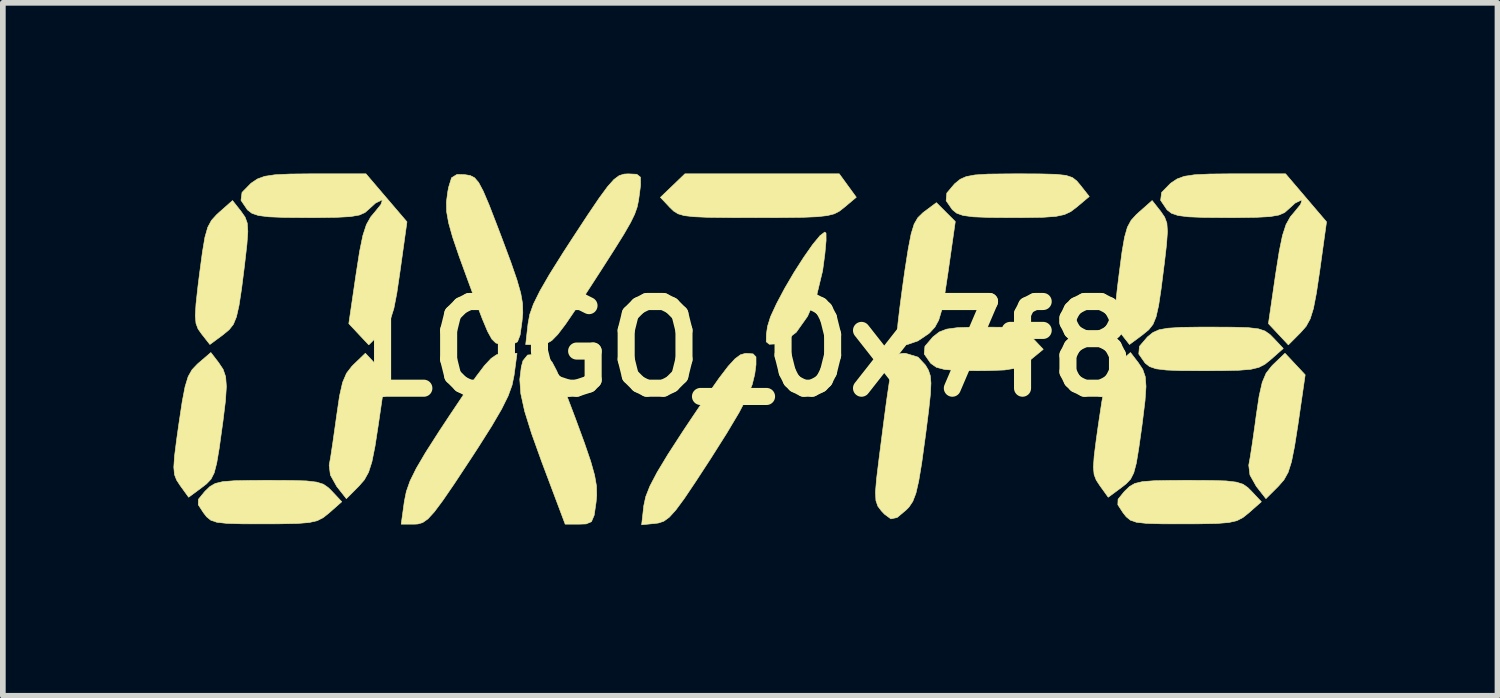
<source format=kicad_pcb>
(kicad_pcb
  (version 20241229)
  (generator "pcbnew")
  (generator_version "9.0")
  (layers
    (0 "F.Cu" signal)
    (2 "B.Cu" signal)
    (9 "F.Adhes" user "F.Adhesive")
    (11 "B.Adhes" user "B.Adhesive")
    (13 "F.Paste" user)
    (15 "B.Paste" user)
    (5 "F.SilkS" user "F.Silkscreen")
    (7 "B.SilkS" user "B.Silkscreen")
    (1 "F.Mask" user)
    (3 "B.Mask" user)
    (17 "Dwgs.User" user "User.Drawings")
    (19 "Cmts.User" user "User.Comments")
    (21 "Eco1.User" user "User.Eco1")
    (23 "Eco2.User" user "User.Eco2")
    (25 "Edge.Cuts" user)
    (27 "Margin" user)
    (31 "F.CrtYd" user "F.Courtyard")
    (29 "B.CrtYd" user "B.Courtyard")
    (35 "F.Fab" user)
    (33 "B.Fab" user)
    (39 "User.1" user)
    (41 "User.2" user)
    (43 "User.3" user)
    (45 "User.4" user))
  (footprint "LOGO_0x7f8"
    (layer "F.Cu")
    (at 10.097 3.084)
    (property "Reference" "LOGO_0x7f8" (at 0 0 0) (layer "F.SilkS") (effects (font (size 1.524 1.524) (thickness 0.3))))
    (attr through_hole)
    (fp_poly (pts (xy -6.369 0.454) (xy -6.496 1.324) (xy -6.556 1.713) (xy -6.61 1.983) (xy -6.669 2.167) (xy -6.743 2.3) (xy -6.841 2.412) (xy -7.059 2.631) (xy -7.229 2.415) (xy -7.34 2.215) (xy -7.361 2.043) (xy -7.335 1.899) (xy -7.297 1.646) (xy -7.252 1.329) (xy -7.231 1.178) (xy -7.179 0.825) (xy -7.125 0.587) (xy -7.056 0.426) (xy -6.961 0.303) (xy -6.931 0.273) (xy -6.725 0.075) (xy -6.369 0.454)) (stroke (width 0.01) (type solid)) (fill yes) (layer "F.SilkS"))
    (fp_poly (pts (xy 9.794 0.454) (xy 9.668 1.324) (xy 9.607 1.713) (xy 9.553 1.983) (xy 9.495 2.167) (xy 9.421 2.3) (xy 9.323 2.412) (xy 9.104 2.631) (xy 8.935 2.415) (xy 8.823 2.215) (xy 8.802 2.043) (xy 8.828 1.899) (xy 8.867 1.646) (xy 8.912 1.329) (xy 8.932 1.178) (xy 8.985 0.825) (xy 9.039 0.587) (xy 9.107 0.426) (xy 9.203 0.303) (xy 9.232 0.273) (xy 9.439 0.075) (xy 9.794 0.454)) (stroke (width 0.01) (type solid)) (fill yes) (layer "F.SilkS"))
    (fp_poly (pts (xy 1.372 -2.036) (xy 1.373 -1.907) (xy 1.352 -1.675) (xy 1.314 -1.389) (xy 1.311 -1.371) (xy 1.208 -0.943) (xy 1.048 -0.575) (xy 0.848 -0.293) (xy 0.626 -0.124) (xy 0.507 -0.09) (xy 0.375 -0.083) (xy 0.321 -0.127) (xy 0.324 -0.261) (xy 0.344 -0.398) (xy 0.396 -0.566) (xy 0.503 -0.798) (xy 0.646 -1.067) (xy 0.811 -1.348) (xy 0.981 -1.613) (xy 1.138 -1.837) (xy 1.267 -1.993) (xy 1.35 -2.055) (xy 1.372 -2.036)) (stroke (width 0.01) (type solid)) (fill yes) (layer "F.SilkS"))
    (fp_poly (pts (xy 1.754 -2.873) (xy 1.904 -2.667) (xy 1.691 -2.488) (xy 1.608 -2.423) (xy 1.518 -2.376) (xy 1.396 -2.345) (xy 1.219 -2.325) (xy 0.96 -2.314) (xy 0.595 -2.31) (xy 0.137 -2.309) (xy -0.348 -2.31) (xy -0.703 -2.314) (xy -0.952 -2.325) (xy -1.12 -2.344) (xy -1.229 -2.376) (xy -1.305 -2.423) (xy -1.372 -2.487) (xy -1.372 -2.487) (xy -1.539 -2.665) (xy -1.323 -2.872) (xy -1.108 -3.079) (xy 1.604 -3.079) (xy 1.754 -2.873)) (stroke (width 0.01) (type solid)) (fill yes) (layer "F.SilkS"))
    (fp_poly (pts (xy 3.478 -2.406) (xy 3.644 -2.24) (xy 3.517 -1.349) (xy 3.458 -0.958) (xy 3.407 -0.689) (xy 3.353 -0.508) (xy 3.286 -0.385) (xy 3.197 -0.288) (xy 3.177 -0.27) (xy 2.987 -0.142) (xy 2.807 -0.08) (xy 2.79 -0.079) (xy 2.663 -0.108) (xy 2.623 -0.229) (xy 2.623 -0.289) (xy 2.636 -0.449) (xy 2.668 -0.721) (xy 2.713 -1.064) (xy 2.757 -1.377) (xy 2.817 -1.761) (xy 2.868 -2.024) (xy 2.921 -2.196) (xy 2.986 -2.308) (xy 3.073 -2.393) (xy 3.099 -2.413) (xy 3.312 -2.572) (xy 3.478 -2.406)) (stroke (width 0.01) (type solid)) (fill yes) (layer "F.SilkS"))
    (fp_poly (pts (xy 4.464 -0.382) (xy 4.684 -0.366) (xy 4.826 -0.329) (xy 4.93 -0.264) (xy 5.006 -0.189) (xy 5.19 0.006) (xy 4.962 0.193) (xy 4.835 0.283) (xy 4.698 0.339) (xy 4.51 0.369) (xy 4.229 0.38) (xy 4.034 0.382) (xy 3.685 0.378) (xy 3.456 0.36) (xy 3.312 0.322) (xy 3.219 0.257) (xy 3.206 0.244) (xy 3.098 0.088) (xy 3.11 -0.047) (xy 3.248 -0.209) (xy 3.257 -0.217) (xy 3.362 -0.299) (xy 3.492 -0.349) (xy 3.683 -0.375) (xy 3.975 -0.384) (xy 4.129 -0.385) (xy 4.464 -0.382)) (stroke (width 0.01) (type solid)) (fill yes) (layer "F.SilkS"))
    (fp_poly (pts (xy -9.302 0.243) (xy -9.225 0.359) (xy -9.181 0.487) (xy -9.168 0.659) (xy -9.184 0.909) (xy -9.228 1.27) (xy -9.241 1.363) (xy -9.294 1.746) (xy -9.338 2.007) (xy -9.382 2.177) (xy -9.438 2.288) (xy -9.516 2.37) (xy -9.608 2.441) (xy -9.831 2.606) (xy -9.98 2.4) (xy -10.043 2.304) (xy -10.08 2.208) (xy -10.092 2.078) (xy -10.079 1.883) (xy -10.042 1.59) (xy -10.003 1.315) (xy -9.945 0.929) (xy -9.894 0.663) (xy -9.84 0.486) (xy -9.772 0.365) (xy -9.681 0.269) (xy -9.659 0.249) (xy -9.441 0.062) (xy -9.302 0.243)) (stroke (width 0.01) (type solid)) (fill yes) (layer "F.SilkS"))
    (fp_poly (pts (xy -3.68 0.092) (xy -3.589 0.107) (xy -3.513 0.147) (xy -3.442 0.233) (xy -3.361 0.387) (xy -3.258 0.63) (xy -3.122 0.986) (xy -3.036 1.213) (xy -2.875 1.651) (xy -2.764 1.976) (xy -2.696 2.218) (xy -2.663 2.407) (xy -2.659 2.572) (xy -2.67 2.695) (xy -2.703 2.922) (xy -2.751 3.035) (xy -2.845 3.075) (xy -2.964 3.079) (xy -3.213 3.079) (xy -3.623 1.988) (xy -3.804 1.484) (xy -3.926 1.092) (xy -3.993 0.785) (xy -4.011 0.535) (xy -3.984 0.315) (xy -3.955 0.207) (xy -3.873 0.106) (xy -3.692 0.091) (xy -3.68 0.092)) (stroke (width 0.01) (type solid)) (fill yes) (layer "F.SilkS"))
    (fp_poly (pts (xy 6.862 0.243) (xy 6.939 0.359) (xy 6.983 0.487) (xy 6.996 0.659) (xy 6.979 0.909) (xy 6.935 1.27) (xy 6.923 1.363) (xy 6.869 1.746) (xy 6.826 2.007) (xy 6.781 2.177) (xy 6.725 2.288) (xy 6.647 2.37) (xy 6.556 2.441) (xy 6.332 2.606) (xy 6.184 2.4) (xy 6.121 2.304) (xy 6.084 2.208) (xy 6.072 2.078) (xy 6.085 1.883) (xy 6.122 1.59) (xy 6.161 1.315) (xy 6.219 0.929) (xy 6.27 0.663) (xy 6.324 0.486) (xy 6.391 0.365) (xy 6.483 0.269) (xy 6.505 0.249) (xy 6.723 0.062) (xy 6.862 0.243)) (stroke (width 0.01) (type solid)) (fill yes) (layer "F.SilkS"))
    (fp_poly (pts (xy -8.908 -2.416) (xy -8.839 -2.317) (xy -8.801 -2.212) (xy -8.791 -2.064) (xy -8.807 -1.838) (xy -8.846 -1.497) (xy -8.848 -1.477) (xy -8.901 -1.058) (xy -8.946 -0.764) (xy -8.991 -0.565) (xy -9.045 -0.433) (xy -9.118 -0.34) (xy -9.218 -0.257) (xy -9.237 -0.242) (xy -9.458 -0.079) (xy -9.604 -0.265) (xy -9.666 -0.353) (xy -9.702 -0.449) (xy -9.714 -0.584) (xy -9.702 -0.79) (xy -9.668 -1.099) (xy -9.64 -1.322) (xy -9.589 -1.704) (xy -9.545 -1.965) (xy -9.495 -2.14) (xy -9.43 -2.261) (xy -9.339 -2.361) (xy -9.295 -2.401) (xy -9.06 -2.609) (xy -8.908 -2.416)) (stroke (width 0.01) (type solid)) (fill yes) (layer "F.SilkS"))
    (fp_poly (pts (xy 7.256 -2.416) (xy 7.324 -2.317) (xy 7.363 -2.212) (xy 7.373 -2.064) (xy 7.357 -1.838) (xy 7.318 -1.497) (xy 7.315 -1.477) (xy 7.262 -1.058) (xy 7.218 -0.764) (xy 7.173 -0.565) (xy 7.119 -0.433) (xy 7.046 -0.34) (xy 6.945 -0.257) (xy 6.926 -0.242) (xy 6.706 -0.079) (xy 6.56 -0.265) (xy 6.498 -0.353) (xy 6.461 -0.449) (xy 6.45 -0.584) (xy 6.462 -0.79) (xy 6.496 -1.099) (xy 6.524 -1.322) (xy 6.574 -1.704) (xy 6.619 -1.965) (xy 6.669 -2.14) (xy 6.734 -2.261) (xy 6.825 -2.361) (xy 6.869 -2.401) (xy 7.104 -2.609) (xy 7.256 -2.416)) (stroke (width 0.01) (type solid)) (fill yes) (layer "F.SilkS"))
    (fp_poly (pts (xy -8.033 2.311) (xy -7.76 2.319) (xy -7.581 2.34) (xy -7.463 2.377) (xy -7.377 2.437) (xy -7.316 2.497) (xy -7.14 2.685) (xy -7.361 2.88) (xy -7.463 2.962) (xy -7.569 3.017) (xy -7.711 3.05) (xy -7.92 3.067) (xy -8.231 3.073) (xy -8.505 3.074) (xy -8.896 3.073) (xy -9.163 3.065) (xy -9.335 3.046) (xy -9.443 3.009) (xy -9.516 2.949) (xy -9.571 2.878) (xy -9.662 2.738) (xy -9.659 2.641) (xy -9.555 2.514) (xy -9.539 2.496) (xy -9.456 2.417) (xy -9.364 2.364) (xy -9.232 2.332) (xy -9.029 2.316) (xy -8.724 2.31) (xy -8.428 2.309) (xy -8.033 2.311)) (stroke (width 0.01) (type solid)) (fill yes) (layer "F.SilkS"))
    (fp_poly (pts (xy -4.111 0.462) (xy -4.146 0.634) (xy -4.215 0.824) (xy -4.33 1.056) (xy -4.504 1.354) (xy -4.749 1.741) (xy -4.894 1.963) (xy -5.162 2.369) (xy -5.363 2.662) (xy -5.512 2.862) (xy -5.625 2.986) (xy -5.717 3.051) (xy -5.803 3.076) (xy -5.861 3.079) (xy -6.095 3.079) (xy -6.04 2.68) (xy -6.005 2.506) (xy -5.94 2.321) (xy -5.831 2.1) (xy -5.666 1.819) (xy -5.432 1.453) (xy -5.251 1.179) (xy -4.981 0.776) (xy -4.778 0.485) (xy -4.628 0.287) (xy -4.514 0.166) (xy -4.421 0.102) (xy -4.334 0.079) (xy -4.288 0.077) (xy -4.06 0.077) (xy -4.111 0.462)) (stroke (width 0.01) (type solid)) (fill yes) (layer "F.SilkS"))
    (fp_poly (pts (xy 5.145 -3.077) (xy 5.414 -3.07) (xy 5.59 -3.051) (xy 5.701 -3.014) (xy 5.778 -2.955) (xy 5.842 -2.879) (xy 5.999 -2.68) (xy 5.778 -2.494) (xy 5.674 -2.415) (xy 5.563 -2.363) (xy 5.413 -2.331) (xy 5.191 -2.315) (xy 4.865 -2.31) (xy 4.638 -2.309) (xy 4.237 -2.312) (xy 3.961 -2.323) (xy 3.781 -2.347) (xy 3.668 -2.387) (xy 3.593 -2.448) (xy 3.591 -2.45) (xy 3.483 -2.606) (xy 3.495 -2.741) (xy 3.632 -2.903) (xy 3.642 -2.911) (xy 3.73 -2.983) (xy 3.836 -3.03) (xy 3.99 -3.059) (xy 4.223 -3.074) (xy 4.566 -3.078) (xy 4.752 -3.079) (xy 5.145 -3.077)) (stroke (width 0.01) (type solid)) (fill yes) (layer "F.SilkS"))
    (fp_poly (pts (xy 8.131 2.311) (xy 8.403 2.319) (xy 8.583 2.34) (xy 8.701 2.377) (xy 8.787 2.437) (xy 8.847 2.497) (xy 9.024 2.685) (xy 8.803 2.88) (xy 8.701 2.962) (xy 8.595 3.017) (xy 8.453 3.05) (xy 8.243 3.067) (xy 7.933 3.073) (xy 7.658 3.074) (xy 7.268 3.073) (xy 7.001 3.065) (xy 6.829 3.046) (xy 6.721 3.009) (xy 6.648 2.949) (xy 6.592 2.878) (xy 6.501 2.738) (xy 6.505 2.641) (xy 6.608 2.514) (xy 6.625 2.496) (xy 6.707 2.417) (xy 6.799 2.364) (xy 6.932 2.332) (xy 7.135 2.316) (xy 7.44 2.31) (xy 7.735 2.309) (xy 8.131 2.311)) (stroke (width 0.01) (type solid)) (fill yes) (layer "F.SilkS"))
    (fp_poly (pts (xy 8.524 -0.383) (xy 8.794 -0.375) (xy 8.972 -0.354) (xy 9.089 -0.315) (xy 9.175 -0.254) (xy 9.232 -0.197) (xy 9.409 -0.009) (xy 9.188 0.186) (xy 9.086 0.268) (xy 8.98 0.323) (xy 8.838 0.357) (xy 8.628 0.374) (xy 8.318 0.381) (xy 8.036 0.382) (xy 7.633 0.381) (xy 7.355 0.37) (xy 7.173 0.348) (xy 7.059 0.309) (xy 6.983 0.25) (xy 6.978 0.244) (xy 6.869 0.088) (xy 6.881 -0.047) (xy 7.019 -0.209) (xy 7.028 -0.217) (xy 7.117 -0.289) (xy 7.224 -0.337) (xy 7.378 -0.365) (xy 7.613 -0.38) (xy 7.958 -0.385) (xy 8.131 -0.385) (xy 8.524 -0.383)) (stroke (width 0.01) (type solid)) (fill yes) (layer "F.SilkS"))
    (fp_poly (pts (xy 0.09 0.086) (xy 0.141 0.139) (xy 0.141 0.276) (xy 0.119 0.443) (xy 0.075 0.623) (xy -0.013 0.842) (xy -0.158 1.119) (xy -0.372 1.478) (xy -0.654 1.924) (xy -0.92 2.332) (xy -1.119 2.628) (xy -1.268 2.83) (xy -1.383 2.957) (xy -1.479 3.027) (xy -1.571 3.058) (xy -1.622 3.065) (xy -1.869 3.09) (xy -1.831 2.753) (xy -1.797 2.596) (xy -1.723 2.408) (xy -1.597 2.168) (xy -1.407 1.853) (xy -1.142 1.444) (xy -1.01 1.246) (xy -0.726 0.825) (xy -0.51 0.516) (xy -0.348 0.304) (xy -0.227 0.172) (xy -0.132 0.102) (xy -0.049 0.078) (xy -0.029 0.077) (xy 0.09 0.086)) (stroke (width 0.01) (type solid)) (fill yes) (layer "F.SilkS"))
    (fp_poly (pts (xy 2.989 0.143) (xy 3.12 0.284) (xy 3.172 0.373) (xy 3.204 0.469) (xy 3.216 0.599) (xy 3.207 0.791) (xy 3.177 1.073) (xy 3.126 1.475) (xy 3.113 1.572) (xy 3.053 2.01) (xy 3.001 2.322) (xy 2.952 2.536) (xy 2.897 2.679) (xy 2.83 2.779) (xy 2.782 2.828) (xy 2.622 2.962) (xy 2.512 2.986) (xy 2.4 2.904) (xy 2.346 2.847) (xy 2.283 2.764) (xy 2.249 2.665) (xy 2.241 2.517) (xy 2.26 2.285) (xy 2.302 1.942) (xy 2.376 1.362) (xy 2.435 0.916) (xy 2.483 0.588) (xy 2.525 0.359) (xy 2.565 0.211) (xy 2.607 0.127) (xy 2.657 0.088) (xy 2.718 0.077) (xy 2.771 0.077) (xy 2.989 0.143)) (stroke (width 0.01) (type solid)) (fill yes) (layer "F.SilkS"))
    (fp_poly (pts (xy -4.976 -3.064) (xy -4.883 -3.049) (xy -4.806 -3.01) (xy -4.734 -2.926) (xy -4.653 -2.774) (xy -4.55 -2.532) (xy -4.413 -2.178) (xy -4.331 -1.963) (xy -4.171 -1.534) (xy -4.061 -1.216) (xy -3.994 -0.981) (xy -3.962 -0.796) (xy -3.958 -0.631) (xy -3.972 -0.481) (xy -4.005 -0.246) (xy -4.051 -0.126) (xy -4.137 -0.083) (xy -4.264 -0.077) (xy -4.358 -0.081) (xy -4.433 -0.106) (xy -4.502 -0.174) (xy -4.576 -0.307) (xy -4.668 -0.526) (xy -4.792 -0.852) (xy -4.911 -1.174) (xy -5.076 -1.626) (xy -5.191 -1.964) (xy -5.262 -2.217) (xy -5.297 -2.414) (xy -5.3 -2.584) (xy -5.278 -2.756) (xy -5.262 -2.842) (xy -5.21 -3.01) (xy -5.114 -3.068) (xy -4.976 -3.064)) (stroke (width 0.01) (type solid)) (fill yes) (layer "F.SilkS"))
    (fp_poly (pts (xy -1.954 -3.071) (xy -1.89 -3.02) (xy -1.888 -2.882) (xy -1.904 -2.752) (xy -1.923 -2.613) (xy -1.948 -2.493) (xy -1.992 -2.369) (xy -2.065 -2.219) (xy -2.179 -2.021) (xy -2.346 -1.753) (xy -2.577 -1.392) (xy -2.771 -1.092) (xy -3.021 -0.708) (xy -3.207 -0.435) (xy -3.344 -0.255) (xy -3.449 -0.148) (xy -3.54 -0.096) (xy -3.633 -0.08) (xy -3.666 -0.079) (xy -3.907 -0.077) (xy -3.866 -0.443) (xy -3.836 -0.606) (xy -3.771 -0.789) (xy -3.659 -1.016) (xy -3.49 -1.309) (xy -3.25 -1.692) (xy -3.087 -1.943) (xy -2.819 -2.352) (xy -2.618 -2.649) (xy -2.469 -2.852) (xy -2.356 -2.979) (xy -2.264 -3.047) (xy -2.178 -3.074) (xy -2.105 -3.078) (xy -1.954 -3.071)) (stroke (width 0.01) (type solid)) (fill yes) (layer "F.SilkS"))
    (fp_poly (pts (xy -6.355 -2.657) (xy -5.994 -2.235) (xy -6.115 -1.369) (xy -6.172 -0.981) (xy -6.224 -0.712) (xy -6.282 -0.529) (xy -6.354 -0.398) (xy -6.45 -0.288) (xy -6.665 -0.072) (xy -6.841 -0.259) (xy -7.016 -0.446) (xy -6.888 -1.32) (xy -6.826 -1.717) (xy -6.769 -1.995) (xy -6.707 -2.186) (xy -6.63 -2.322) (xy -6.56 -2.405) (xy -6.452 -2.539) (xy -6.427 -2.612) (xy -6.439 -2.617) (xy -6.546 -2.565) (xy -6.658 -2.463) (xy -6.732 -2.398) (xy -6.832 -2.354) (xy -6.989 -2.327) (xy -7.231 -2.314) (xy -7.588 -2.309) (xy -7.735 -2.309) (xy -8.141 -2.312) (xy -8.42 -2.323) (xy -8.604 -2.346) (xy -8.719 -2.385) (xy -8.795 -2.443) (xy -8.801 -2.45) (xy -8.911 -2.613) (xy -8.893 -2.752) (xy -8.741 -2.907) (xy -8.726 -2.919) (xy -8.621 -2.989) (xy -8.495 -3.035) (xy -8.315 -3.062) (xy -8.05 -3.075) (xy -7.667 -3.079) (xy -7.619 -3.079) (xy -6.715 -3.079) (xy -6.355 -2.657)) (stroke (width 0.01) (type solid)) (fill yes) (layer "F.SilkS"))
    (fp_poly (pts (xy 9.809 -2.657) (xy 10.169 -2.235) (xy 10.049 -1.369) (xy 9.991 -0.981) (xy 9.939 -0.712) (xy 9.882 -0.529) (xy 9.81 -0.398) (xy 9.713 -0.288) (xy 9.498 -0.072) (xy 9.323 -0.259) (xy 9.148 -0.446) (xy 9.275 -1.32) (xy 9.338 -1.717) (xy 9.395 -1.995) (xy 9.457 -2.186) (xy 9.533 -2.322) (xy 9.603 -2.405) (xy 9.712 -2.539) (xy 9.737 -2.612) (xy 9.725 -2.617) (xy 9.618 -2.565) (xy 9.506 -2.463) (xy 9.432 -2.398) (xy 9.331 -2.354) (xy 9.175 -2.327) (xy 8.932 -2.314) (xy 8.575 -2.309) (xy 8.428 -2.309) (xy 8.023 -2.312) (xy 7.743 -2.323) (xy 7.56 -2.346) (xy 7.445 -2.385) (xy 7.369 -2.443) (xy 7.363 -2.45) (xy 7.253 -2.613) (xy 7.271 -2.752) (xy 7.423 -2.907) (xy 7.438 -2.919) (xy 7.543 -2.989) (xy 7.669 -3.035) (xy 7.848 -3.062) (xy 8.113 -3.075) (xy 8.497 -3.079) (xy 8.545 -3.079) (xy 9.449 -3.079) (xy 9.809 -2.657)) (stroke (width 0.01) (type solid)) (fill yes) (layer "F.SilkS")))
  (gr_rect
    (start -3 -3)
    (end 23.271 9.179)
    (stroke (width 0.1) (type default))
    (fill no)
    (layer "Edge.Cuts")))
</source>
